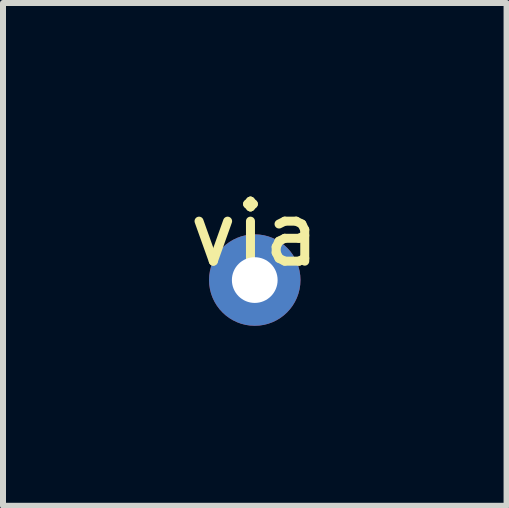
<source format=kicad_pcb>
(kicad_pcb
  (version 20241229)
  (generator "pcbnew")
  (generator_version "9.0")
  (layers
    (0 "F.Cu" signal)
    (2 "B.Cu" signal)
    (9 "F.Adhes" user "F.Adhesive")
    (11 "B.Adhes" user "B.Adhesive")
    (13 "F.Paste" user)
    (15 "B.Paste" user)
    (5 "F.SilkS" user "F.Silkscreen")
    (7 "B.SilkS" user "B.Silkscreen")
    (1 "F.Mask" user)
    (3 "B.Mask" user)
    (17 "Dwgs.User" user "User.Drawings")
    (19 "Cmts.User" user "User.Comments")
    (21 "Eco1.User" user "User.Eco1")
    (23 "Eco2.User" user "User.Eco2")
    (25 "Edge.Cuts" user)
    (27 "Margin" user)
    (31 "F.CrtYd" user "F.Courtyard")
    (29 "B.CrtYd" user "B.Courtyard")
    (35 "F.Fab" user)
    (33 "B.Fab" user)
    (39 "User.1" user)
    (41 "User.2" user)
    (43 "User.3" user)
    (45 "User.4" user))
  (footprint "via"
    (layer "F.Cu")
    (at 1.196 0.348)
    (property "Reference" "via" (at 0 0.5 0) (layer "F.SilkS") (effects (font (size 1 1) (thickness 0.15))))
    (attr through_hole)
    (pad "1" thru_hole circle (at 0 1.27) (size 1.524 1.524) (drill 0.762) (layers "*.Cu" "*.Mask")))
  (gr_rect
    (start -3 -3)
    (end 5.393 5.38)
    (stroke (width 0.1) (type default))
    (fill no)
    (layer "Edge.Cuts")))
</source>
